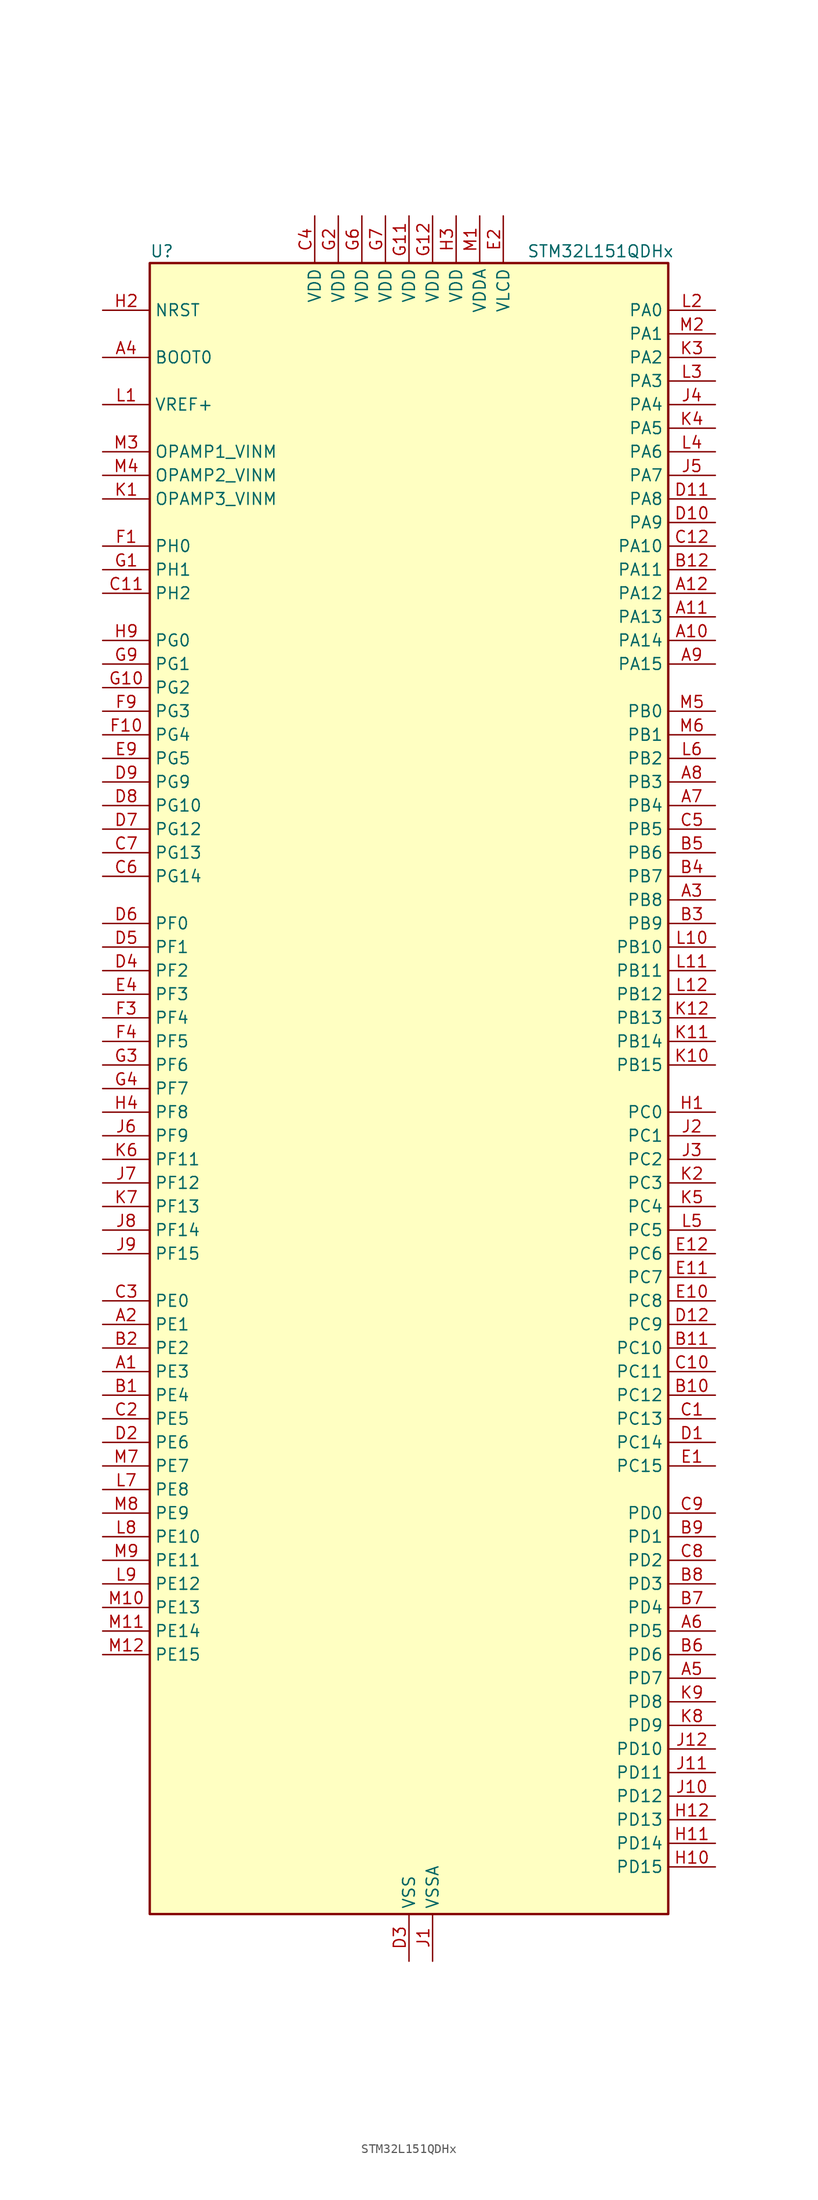
<source format=kicad_sym>
(kicad_symbol_lib
  (version 20241209)
  (generator "kicad_symbol_editor")
  (generator_version "9.0")
  (symbol "STM32L151QDHx"
    (property "Reference" "U"
      (at -27.94 90.17 0)
      (effects (font (size 1.27 1.27)) (justify left)))
    (property "Value" "STM32L151QDHx"
      (at 12.7 90.17 0)
      (effects (font (size 1.27 1.27)) (justify left)))
    (symbol "STM32L151QDHx_0_1"
      (rectangle (start -27.94 -88.9) (end 27.94 88.9) (stroke (width 0.254) (type default)) (fill (type background))))
    (symbol "STM32L151QDHx_1_1"
      (pin input line (at -33.02 83.82 0) (length 5.08) (name "NRST" (effects (font (size 1.27 1.27)))) (number "H2" (effects (font (size 1.27 1.27)))))
      (pin input line (at -33.02 78.74 0) (length 5.08) (name "BOOT0" (effects (font (size 1.27 1.27)))) (number "A4" (effects (font (size 1.27 1.27)))))
      (pin input line (at -33.02 73.66 0) (length 5.08) (name "VREF+" (effects (font (size 1.27 1.27)))) (number "L1" (effects (font (size 1.27 1.27)))))
      (pin input line (at -33.02 68.58 0) (length 5.08) (name "OPAMP1_VINM" (effects (font (size 1.27 1.27)))) (number "M3" (effects (font (size 1.27 1.27)))) (alternate "OPAMP1_VINM" bidirectional line))
      (pin input line (at -33.02 66.04 0) (length 5.08) (name "OPAMP2_VINM" (effects (font (size 1.27 1.27)))) (number "M4" (effects (font (size 1.27 1.27)))) (alternate "OPAMP2_VINM" bidirectional line))
      (pin input line (at -33.02 63.5 0) (length 5.08) (name "OPAMP3_VINM" (effects (font (size 1.27 1.27)))) (number "K1" (effects (font (size 1.27 1.27)))) (alternate "OPAMP3_VINM" bidirectional line))
      (pin bidirectional line (at -33.02 58.42 0) (length 5.08) (name "PH0" (effects (font (size 1.27 1.27)))) (number "F1" (effects (font (size 1.27 1.27)))) (alternate "RCC_OSC_IN" bidirectional line))
      (pin bidirectional line (at -33.02 55.88 0) (length 5.08) (name "PH1" (effects (font (size 1.27 1.27)))) (number "G1" (effects (font (size 1.27 1.27)))) (alternate "RCC_OSC_OUT" bidirectional line))
      (pin bidirectional line (at -33.02 53.34 0) (length 5.08) (name "PH2" (effects (font (size 1.27 1.27)))) (number "C11" (effects (font (size 1.27 1.27)))) (alternate "FSMC_A22" bidirectional line))
      (pin bidirectional line (at -33.02 48.26 0) (length 5.08) (name "PG0" (effects (font (size 1.27 1.27)))) (number "H9" (effects (font (size 1.27 1.27)))) (alternate "ADC_IN8b" bidirectional line) (alternate "FSMC_A10" bidirectional line) (alternate "TS_G2_IO4" bidirectional line))
      (pin bidirectional line (at -33.02 45.72 0) (length 5.08) (name "PG1" (effects (font (size 1.27 1.27)))) (number "G9" (effects (font (size 1.27 1.27)))) (alternate "ADC_IN9b" bidirectional line) (alternate "FSMC_A11" bidirectional line) (alternate "TS_G2_IO5" bidirectional line))
      (pin bidirectional line (at -33.02 43.18 0) (length 5.08) (name "PG2" (effects (font (size 1.27 1.27)))) (number "G10" (effects (font (size 1.27 1.27)))) (alternate "ADC_IN10b" bidirectional line) (alternate "FSMC_A12" bidirectional line) (alternate "TS_G7_IO5" bidirectional line))
      (pin bidirectional line (at -33.02 40.64 0) (length 5.08) (name "PG3" (effects (font (size 1.27 1.27)))) (number "F9" (effects (font (size 1.27 1.27)))) (alternate "ADC_IN11b" bidirectional line) (alternate "FSMC_A13" bidirectional line) (alternate "TS_G7_IO6" bidirectional line))
      (pin bidirectional line (at -33.02 38.1 0) (length 5.08) (name "PG4" (effects (font (size 1.27 1.27)))) (number "F10" (effects (font (size 1.27 1.27)))) (alternate "ADC_IN12b" bidirectional line) (alternate "FSMC_A14" bidirectional line) (alternate "TS_G7_IO7" bidirectional line))
      (pin bidirectional line (at -33.02 35.56 0) (length 5.08) (name "PG5" (effects (font (size 1.27 1.27)))) (number "E9" (effects (font (size 1.27 1.27)))) (alternate "FSMC_A15" bidirectional line))
      (pin bidirectional line (at -33.02 33.02 0) (length 5.08) (name "PG9" (effects (font (size 1.27 1.27)))) (number "D9" (effects (font (size 1.27 1.27)))) (alternate "DAC_EXTI9" bidirectional line) (alternate "FSMC_NE2" bidirectional line))
      (pin bidirectional line (at -33.02 30.48 0) (length 5.08) (name "PG10" (effects (font (size 1.27 1.27)))) (number "D8" (effects (font (size 1.27 1.27)))) (alternate "FSMC_NE3" bidirectional line))
      (pin bidirectional line (at -33.02 27.94 0) (length 5.08) (name "PG12" (effects (font (size 1.27 1.27)))) (number "D7" (effects (font (size 1.27 1.27)))) (alternate "FSMC_NE4" bidirectional line))
      (pin bidirectional line (at -33.02 25.4 0) (length 5.08) (name "PG13" (effects (font (size 1.27 1.27)))) (number "C7" (effects (font (size 1.27 1.27)))) (alternate "FSMC_A24" bidirectional line))
      (pin bidirectional line (at -33.02 22.86 0) (length 5.08) (name "PG14" (effects (font (size 1.27 1.27)))) (number "C6" (effects (font (size 1.27 1.27)))) (alternate "FSMC_A25" bidirectional line))
      (pin bidirectional line (at -33.02 17.78 0) (length 5.08) (name "PF0" (effects (font (size 1.27 1.27)))) (number "D6" (effects (font (size 1.27 1.27)))) (alternate "FSMC_A0" bidirectional line))
      (pin bidirectional line (at -33.02 15.24 0) (length 5.08) (name "PF1" (effects (font (size 1.27 1.27)))) (number "D5" (effects (font (size 1.27 1.27)))) (alternate "FSMC_A1" bidirectional line))
      (pin bidirectional line (at -33.02 12.7 0) (length 5.08) (name "PF2" (effects (font (size 1.27 1.27)))) (number "D4" (effects (font (size 1.27 1.27)))) (alternate "FSMC_A2" bidirectional line))
      (pin bidirectional line (at -33.02 10.16 0) (length 5.08) (name "PF3" (effects (font (size 1.27 1.27)))) (number "E4" (effects (font (size 1.27 1.27)))) (alternate "FSMC_A3" bidirectional line))
      (pin bidirectional line (at -33.02 7.62 0) (length 5.08) (name "PF4" (effects (font (size 1.27 1.27)))) (number "F3" (effects (font (size 1.27 1.27)))) (alternate "FSMC_A4" bidirectional line))
      (pin bidirectional line (at -33.02 5.08 0) (length 5.08) (name "PF5" (effects (font (size 1.27 1.27)))) (number "F4" (effects (font (size 1.27 1.27)))) (alternate "FSMC_A5" bidirectional line))
      (pin bidirectional line (at -33.02 2.54 0) (length 5.08) (name "PF6" (effects (font (size 1.27 1.27)))) (number "G3" (effects (font (size 1.27 1.27)))) (alternate "ADC_IN27" bidirectional line) (alternate "TIM5_CH1" bidirectional line) (alternate "TIM5_ETR" bidirectional line) (alternate "TS_G11_IO1" bidirectional line))
      (pin bidirectional line (at -33.02 0 0) (length 5.08) (name "PF7" (effects (font (size 1.27 1.27)))) (number "G4" (effects (font (size 1.27 1.27)))) (alternate "ADC_IN28" bidirectional line) (alternate "COMP1_INP" bidirectional line) (alternate "TIM5_CH2" bidirectional line) (alternate "TS_G11_IO2" bidirectional line))
      (pin bidirectional line (at -33.02 -2.54 0) (length 5.08) (name "PF8" (effects (font (size 1.27 1.27)))) (number "H4" (effects (font (size 1.27 1.27)))) (alternate "ADC_IN29" bidirectional line) (alternate "COMP1_INP" bidirectional line) (alternate "TIM5_CH3" bidirectional line) (alternate "TS_G11_IO3" bidirectional line))
      (pin bidirectional line (at -33.02 -5.08 0) (length 5.08) (name "PF9" (effects (font (size 1.27 1.27)))) (number "J6" (effects (font (size 1.27 1.27)))) (alternate "ADC_IN30" bidirectional line) (alternate "COMP1_INP" bidirectional line) (alternate "DAC_EXTI9" bidirectional line) (alternate "TIM5_CH4" bidirectional line) (alternate "TS_G11_IO4" bidirectional line))
      (pin bidirectional line (at -33.02 -7.62 0) (length 5.08) (name "PF11" (effects (font (size 1.27 1.27)))) (number "K6" (effects (font (size 1.27 1.27)))) (alternate "ADC_EXTI11" bidirectional line) (alternate "ADC_IN1b" bidirectional line) (alternate "TS_G3_IO4" bidirectional line))
      (pin bidirectional line (at -33.02 -10.16 0) (length 5.08) (name "PF12" (effects (font (size 1.27 1.27)))) (number "J7" (effects (font (size 1.27 1.27)))) (alternate "ADC_IN2b" bidirectional line) (alternate "FSMC_A6" bidirectional line) (alternate "TS_G3_IO5" bidirectional line))
      (pin bidirectional line (at -33.02 -12.7 0) (length 5.08) (name "PF13" (effects (font (size 1.27 1.27)))) (number "K7" (effects (font (size 1.27 1.27)))) (alternate "ADC_IN3b" bidirectional line) (alternate "FSMC_A7" bidirectional line) (alternate "TS_G9_IO3" bidirectional line))
      (pin bidirectional line (at -33.02 -15.24 0) (length 5.08) (name "PF14" (effects (font (size 1.27 1.27)))) (number "J8" (effects (font (size 1.27 1.27)))) (alternate "ADC_IN6b" bidirectional line) (alternate "FSMC_A8" bidirectional line) (alternate "TS_G9_IO4" bidirectional line))
      (pin bidirectional line (at -33.02 -17.78 0) (length 5.08) (name "PF15" (effects (font (size 1.27 1.27)))) (number "J9" (effects (font (size 1.27 1.27)))) (alternate "ADC_EXTI15" bidirectional line) (alternate "ADC_IN7b" bidirectional line) (alternate "FSMC_A9" bidirectional line) (alternate "TS_G2_IO3" bidirectional line))
      (pin bidirectional line (at -33.02 -22.86 0) (length 5.08) (name "PE0" (effects (font (size 1.27 1.27)))) (number "C3" (effects (font (size 1.27 1.27)))) (alternate "FSMC_NBL0" bidirectional line) (alternate "TIM10_CH1" bidirectional line) (alternate "TIM4_ETR" bidirectional line) (alternate "TIMX_IC1" bidirectional line))
      (pin bidirectional line (at -33.02 -25.4 0) (length 5.08) (name "PE1" (effects (font (size 1.27 1.27)))) (number "A2" (effects (font (size 1.27 1.27)))) (alternate "FSMC_NBL1" bidirectional line) (alternate "TIM11_CH1" bidirectional line) (alternate "TIMX_IC2" bidirectional line))
      (pin bidirectional line (at -33.02 -27.94 0) (length 5.08) (name "PE2" (effects (font (size 1.27 1.27)))) (number "B2" (effects (font (size 1.27 1.27)))) (alternate "FSMC_A23" bidirectional line) (alternate "SYS_TRACECK" bidirectional line) (alternate "TIM3_ETR" bidirectional line) (alternate "TIMX_IC3" bidirectional line))
      (pin bidirectional line (at -33.02 -30.48 0) (length 5.08) (name "PE3" (effects (font (size 1.27 1.27)))) (number "A1" (effects (font (size 1.27 1.27)))) (alternate "FSMC_A19" bidirectional line) (alternate "SYS_TRACED0" bidirectional line) (alternate "TIM3_CH1" bidirectional line) (alternate "TIMX_IC4" bidirectional line))
      (pin bidirectional line (at -33.02 -33.02 0) (length 5.08) (name "PE4" (effects (font (size 1.27 1.27)))) (number "B1" (effects (font (size 1.27 1.27)))) (alternate "FSMC_A20" bidirectional line) (alternate "SYS_TRACED1" bidirectional line) (alternate "TIM3_CH2" bidirectional line) (alternate "TIMX_IC1" bidirectional line))
      (pin bidirectional line (at -33.02 -35.56 0) (length 5.08) (name "PE5" (effects (font (size 1.27 1.27)))) (number "C2" (effects (font (size 1.27 1.27)))) (alternate "FSMC_A21" bidirectional line) (alternate "SYS_TRACED2" bidirectional line) (alternate "TIM9_CH1" bidirectional line) (alternate "TIMX_IC2" bidirectional line))
      (pin bidirectional line (at -33.02 -38.1 0) (length 5.08) (name "PE6" (effects (font (size 1.27 1.27)))) (number "D2" (effects (font (size 1.27 1.27)))) (alternate "RTC_TAMP3" bidirectional line) (alternate "SYS_TRACED3" bidirectional line) (alternate "SYS_WKUP3" bidirectional line) (alternate "TIM9_CH2" bidirectional line) (alternate "TIMX_IC3" bidirectional line))
      (pin bidirectional line (at -33.02 -40.64 0) (length 5.08) (name "PE7" (effects (font (size 1.27 1.27)))) (number "M7" (effects (font (size 1.27 1.27)))) (alternate "ADC_IN22" bidirectional line) (alternate "COMP1_INP" bidirectional line) (alternate "FSMC_D4" bidirectional line) (alternate "FSMC_DA4" bidirectional line) (alternate "TIMX_IC4" bidirectional line))
      (pin bidirectional line (at -33.02 -43.18 0) (length 5.08) (name "PE8" (effects (font (size 1.27 1.27)))) (number "L7" (effects (font (size 1.27 1.27)))) (alternate "ADC_IN23" bidirectional line) (alternate "COMP1_INP" bidirectional line) (alternate "FSMC_D5" bidirectional line) (alternate "FSMC_DA5" bidirectional line) (alternate "TIMX_IC1" bidirectional line))
      (pin bidirectional line (at -33.02 -45.72 0) (length 5.08) (name "PE9" (effects (font (size 1.27 1.27)))) (number "M8" (effects (font (size 1.27 1.27)))) (alternate "ADC_IN24" bidirectional line) (alternate "COMP1_INP" bidirectional line) (alternate "DAC_EXTI9" bidirectional line) (alternate "FSMC_D6" bidirectional line) (alternate "FSMC_DA6" bidirectional line) (alternate "TIM2_CH1" bidirectional line) (alternate "TIM2_ETR" bidirectional line) (alternate "TIMX_IC2" bidirectional line))
      (pin bidirectional line (at -33.02 -48.26 0) (length 5.08) (name "PE10" (effects (font (size 1.27 1.27)))) (number "L8" (effects (font (size 1.27 1.27)))) (alternate "ADC_IN25" bidirectional line) (alternate "COMP1_INP" bidirectional line) (alternate "FSMC_D7" bidirectional line) (alternate "FSMC_DA7" bidirectional line) (alternate "TIM2_CH2" bidirectional line) (alternate "TIMX_IC3" bidirectional line))
      (pin bidirectional line (at -33.02 -50.8 0) (length 5.08) (name "PE11" (effects (font (size 1.27 1.27)))) (number "M9" (effects (font (size 1.27 1.27)))) (alternate "ADC_EXTI11" bidirectional line) (alternate "FSMC_D8" bidirectional line) (alternate "FSMC_DA8" bidirectional line) (alternate "TIM2_CH3" bidirectional line) (alternate "TIMX_IC4" bidirectional line))
      (pin bidirectional line (at -33.02 -53.34 0) (length 5.08) (name "PE12" (effects (font (size 1.27 1.27)))) (number "L9" (effects (font (size 1.27 1.27)))) (alternate "FSMC_D9" bidirectional line) (alternate "FSMC_DA9" bidirectional line) (alternate "SPI1_NSS" bidirectional line) (alternate "TIM2_CH4" bidirectional line) (alternate "TIMX_IC1" bidirectional line))
      (pin bidirectional line (at -33.02 -55.88 0) (length 5.08) (name "PE13" (effects (font (size 1.27 1.27)))) (number "M10" (effects (font (size 1.27 1.27)))) (alternate "FSMC_D10" bidirectional line) (alternate "FSMC_DA10" bidirectional line) (alternate "SPI1_SCK" bidirectional line) (alternate "TIMX_IC2" bidirectional line))
      (pin bidirectional line (at -33.02 -58.42 0) (length 5.08) (name "PE14" (effects (font (size 1.27 1.27)))) (number "M11" (effects (font (size 1.27 1.27)))) (alternate "FSMC_D11" bidirectional line) (alternate "FSMC_DA11" bidirectional line) (alternate "SPI1_MISO" bidirectional line) (alternate "TIMX_IC3" bidirectional line))
      (pin bidirectional line (at -33.02 -60.96 0) (length 5.08) (name "PE15" (effects (font (size 1.27 1.27)))) (number "M12" (effects (font (size 1.27 1.27)))) (alternate "ADC_EXTI15" bidirectional line) (alternate "FSMC_D12" bidirectional line) (alternate "FSMC_DA12" bidirectional line) (alternate "SPI1_MOSI" bidirectional line) (alternate "TIMX_IC4" bidirectional line))
      (pin power_in line (at -10.16 93.98 270) (length 5.08) (name "VDD" (effects (font (size 1.27 1.27)))) (number "C4" (effects (font (size 1.27 1.27)))))
      (pin power_in line (at -7.62 93.98 270) (length 5.08) (name "VDD" (effects (font (size 1.27 1.27)))) (number "G2" (effects (font (size 1.27 1.27)))))
      (pin power_in line (at -5.08 93.98 270) (length 5.08) (name "VDD" (effects (font (size 1.27 1.27)))) (number "G6" (effects (font (size 1.27 1.27)))))
      (pin power_in line (at -2.54 93.98 270) (length 5.08) (name "VDD" (effects (font (size 1.27 1.27)))) (number "G7" (effects (font (size 1.27 1.27)))))
      (pin power_in line (at 0 93.98 270) (length 5.08) (name "VDD" (effects (font (size 1.27 1.27)))) (number "G11" (effects (font (size 1.27 1.27)))))
      (pin power_in line (at 0 -93.98 90) (length 5.08) (name "VSS" (effects (font (size 1.27 1.27)))) (number "D3" (effects (font (size 1.27 1.27)))))
      (pin passive line (at 0 -93.98 90) (length 5.08) (hide yes) (name "VSS" (effects (font (size 1.27 1.27)))) (number "E3" (effects (font (size 1.27 1.27)))))
      (pin passive line (at 0 -93.98 90) (length 5.08) (hide yes) (name "VSS" (effects (font (size 1.27 1.27)))) (number "F11" (effects (font (size 1.27 1.27)))))
      (pin passive line (at 0 -93.98 90) (length 5.08) (hide yes) (name "VSS" (effects (font (size 1.27 1.27)))) (number "F12" (effects (font (size 1.27 1.27)))))
      (pin passive line (at 0 -93.98 90) (length 5.08) (hide yes) (name "VSS" (effects (font (size 1.27 1.27)))) (number "F2" (effects (font (size 1.27 1.27)))))
      (pin passive line (at 0 -93.98 90) (length 5.08) (hide yes) (name "VSS" (effects (font (size 1.27 1.27)))) (number "F6" (effects (font (size 1.27 1.27)))))
      (pin passive line (at 0 -93.98 90) (length 5.08) (hide yes) (name "VSS" (effects (font (size 1.27 1.27)))) (number "F7" (effects (font (size 1.27 1.27)))))
      (pin power_in line (at 2.54 93.98 270) (length 5.08) (name "VDD" (effects (font (size 1.27 1.27)))) (number "G12" (effects (font (size 1.27 1.27)))))
      (pin power_in line (at 2.54 -93.98 90) (length 5.08) (name "VSSA" (effects (font (size 1.27 1.27)))) (number "J1" (effects (font (size 1.27 1.27)))))
      (pin power_in line (at 5.08 93.98 270) (length 5.08) (name "VDD" (effects (font (size 1.27 1.27)))) (number "H3" (effects (font (size 1.27 1.27)))))
      (pin power_in line (at 7.62 93.98 270) (length 5.08) (name "VDDA" (effects (font (size 1.27 1.27)))) (number "M1" (effects (font (size 1.27 1.27)))))
      (pin power_in line (at 10.16 93.98 270) (length 5.08) (name "VLCD" (effects (font (size 1.27 1.27)))) (number "E2" (effects (font (size 1.27 1.27)))))
      (pin bidirectional line (at 33.02 83.82 180) (length 5.08) (name "PA0" (effects (font (size 1.27 1.27)))) (number "L2" (effects (font (size 1.27 1.27)))) (alternate "ADC_IN0" bidirectional line) (alternate "COMP1_INP" bidirectional line) (alternate "RTC_TAMP2" bidirectional line) (alternate "SYS_WKUP1" bidirectional line) (alternate "TIM2_CH1" bidirectional line) (alternate "TIM2_ETR" bidirectional line) (alternate "TIM5_CH1" bidirectional line) (alternate "TIMX_IC1" bidirectional line) (alternate "TS_G1_IO1" bidirectional line) (alternate "USART2_CTS" bidirectional line))
      (pin bidirectional line (at 33.02 81.28 180) (length 5.08) (name "PA1" (effects (font (size 1.27 1.27)))) (number "M2" (effects (font (size 1.27 1.27)))) (alternate "ADC_IN1" bidirectional line) (alternate "COMP1_INP" bidirectional line) (alternate "OPAMP1_VINP" bidirectional line) (alternate "TIM2_CH2" bidirectional line) (alternate "TIM5_CH2" bidirectional line) (alternate "TIMX_IC2" bidirectional line) (alternate "TS_G1_IO2" bidirectional line) (alternate "USART2_RTS" bidirectional line))
      (pin bidirectional line (at 33.02 78.74 180) (length 5.08) (name "PA2" (effects (font (size 1.27 1.27)))) (number "K3" (effects (font (size 1.27 1.27)))) (alternate "ADC_IN2" bidirectional line) (alternate "COMP1_INP" bidirectional line) (alternate "TIM2_CH3" bidirectional line) (alternate "TIM5_CH3" bidirectional line) (alternate "TIM9_CH1" bidirectional line) (alternate "TIMX_IC3" bidirectional line) (alternate "TS_G1_IO3" bidirectional line) (alternate "USART2_TX" bidirectional line))
      (pin bidirectional line (at 33.02 76.2 180) (length 5.08) (name "PA3" (effects (font (size 1.27 1.27)))) (number "L3" (effects (font (size 1.27 1.27)))) (alternate "ADC_IN3" bidirectional line) (alternate "COMP1_INP" bidirectional line) (alternate "OPAMP1_VOUT" bidirectional line) (alternate "TIM2_CH4" bidirectional line) (alternate "TIM5_CH4" bidirectional line) (alternate "TIM9_CH2" bidirectional line) (alternate "TIMX_IC4" bidirectional line) (alternate "TS_G1_IO4" bidirectional line) (alternate "USART2_RX" bidirectional line))
      (pin bidirectional line (at 33.02 73.66 180) (length 5.08) (name "PA4" (effects (font (size 1.27 1.27)))) (number "J4" (effects (font (size 1.27 1.27)))) (alternate "ADC_IN4" bidirectional line) (alternate "COMP1_INP" bidirectional line) (alternate "DAC_OUT1" bidirectional line) (alternate "I2S3_WS" bidirectional line) (alternate "SPI1_NSS" bidirectional line) (alternate "SPI3_NSS" bidirectional line) (alternate "TIMX_IC1" bidirectional line) (alternate "USART2_CK" bidirectional line))
      (pin bidirectional line (at 33.02 71.12 180) (length 5.08) (name "PA5" (effects (font (size 1.27 1.27)))) (number "K4" (effects (font (size 1.27 1.27)))) (alternate "ADC_IN5" bidirectional line) (alternate "COMP1_INP" bidirectional line) (alternate "DAC_OUT2" bidirectional line) (alternate "SPI1_SCK" bidirectional line) (alternate "TIM2_CH1" bidirectional line) (alternate "TIM2_ETR" bidirectional line) (alternate "TIMX_IC2" bidirectional line))
      (pin bidirectional line (at 33.02 68.58 180) (length 5.08) (name "PA6" (effects (font (size 1.27 1.27)))) (number "L4" (effects (font (size 1.27 1.27)))) (alternate "ADC_IN6" bidirectional line) (alternate "COMP1_INP" bidirectional line) (alternate "OPAMP2_VINP" bidirectional line) (alternate "SPI1_MISO" bidirectional line) (alternate "TIM10_CH1" bidirectional line) (alternate "TIM3_CH1" bidirectional line) (alternate "TIMX_IC3" bidirectional line) (alternate "TS_G2_IO1" bidirectional line))
      (pin bidirectional line (at 33.02 66.04 180) (length 5.08) (name "PA7" (effects (font (size 1.27 1.27)))) (number "J5" (effects (font (size 1.27 1.27)))) (alternate "ADC_IN7" bidirectional line) (alternate "COMP1_INP" bidirectional line) (alternate "SPI1_MOSI" bidirectional line) (alternate "TIM11_CH1" bidirectional line) (alternate "TIM3_CH2" bidirectional line) (alternate "TIMX_IC4" bidirectional line) (alternate "TS_G2_IO2" bidirectional line))
      (pin bidirectional line (at 33.02 63.5 180) (length 5.08) (name "PA8" (effects (font (size 1.27 1.27)))) (number "D11" (effects (font (size 1.27 1.27)))) (alternate "RCC_MCO" bidirectional line) (alternate "TIMX_IC1" bidirectional line) (alternate "TS_G4_IO1" bidirectional line) (alternate "USART1_CK" bidirectional line))
      (pin bidirectional line (at 33.02 60.96 180) (length 5.08) (name "PA9" (effects (font (size 1.27 1.27)))) (number "D10" (effects (font (size 1.27 1.27)))) (alternate "DAC_EXTI9" bidirectional line) (alternate "TIMX_IC2" bidirectional line) (alternate "TS_G4_IO2" bidirectional line) (alternate "USART1_TX" bidirectional line))
      (pin bidirectional line (at 33.02 58.42 180) (length 5.08) (name "PA10" (effects (font (size 1.27 1.27)))) (number "C12" (effects (font (size 1.27 1.27)))) (alternate "TIMX_IC3" bidirectional line) (alternate "TS_G4_IO3" bidirectional line) (alternate "USART1_RX" bidirectional line))
      (pin bidirectional line (at 33.02 55.88 180) (length 5.08) (name "PA11" (effects (font (size 1.27 1.27)))) (number "B12" (effects (font (size 1.27 1.27)))) (alternate "ADC_EXTI11" bidirectional line) (alternate "SPI1_MISO" bidirectional line) (alternate "TIMX_IC4" bidirectional line) (alternate "USART1_CTS" bidirectional line) (alternate "USB_DM" bidirectional line))
      (pin bidirectional line (at 33.02 53.34 180) (length 5.08) (name "PA12" (effects (font (size 1.27 1.27)))) (number "A12" (effects (font (size 1.27 1.27)))) (alternate "SPI1_MOSI" bidirectional line) (alternate "TIMX_IC1" bidirectional line) (alternate "USART1_RTS" bidirectional line) (alternate "USB_DP" bidirectional line))
      (pin bidirectional line (at 33.02 50.8 180) (length 5.08) (name "PA13" (effects (font (size 1.27 1.27)))) (number "A11" (effects (font (size 1.27 1.27)))) (alternate "SYS_JTMS-SWDIO" bidirectional line) (alternate "TIMX_IC2" bidirectional line) (alternate "TS_G5_IO1" bidirectional line))
      (pin bidirectional line (at 33.02 48.26 180) (length 5.08) (name "PA14" (effects (font (size 1.27 1.27)))) (number "A10" (effects (font (size 1.27 1.27)))) (alternate "SYS_JTCK-SWCLK" bidirectional line) (alternate "TIMX_IC3" bidirectional line) (alternate "TS_G5_IO2" bidirectional line))
      (pin bidirectional line (at 33.02 45.72 180) (length 5.08) (name "PA15" (effects (font (size 1.27 1.27)))) (number "A9" (effects (font (size 1.27 1.27)))) (alternate "ADC_EXTI15" bidirectional line) (alternate "I2S3_WS" bidirectional line) (alternate "SPI1_NSS" bidirectional line) (alternate "SPI3_NSS" bidirectional line) (alternate "SYS_JTDI" bidirectional line) (alternate "TIM2_CH1" bidirectional line) (alternate "TIM2_ETR" bidirectional line) (alternate "TIMX_IC4" bidirectional line) (alternate "TS_G5_IO3" bidirectional line))
      (pin bidirectional line (at 33.02 40.64 180) (length 5.08) (name "PB0" (effects (font (size 1.27 1.27)))) (number "M5" (effects (font (size 1.27 1.27)))) (alternate "ADC_IN8" bidirectional line) (alternate "COMP1_INP" bidirectional line) (alternate "OPAMP2_VOUT" bidirectional line) (alternate "SYS_V_REF_OUT" bidirectional line) (alternate "TIM3_CH3" bidirectional line) (alternate "TS_G3_IO1" bidirectional line))
      (pin bidirectional line (at 33.02 38.1 180) (length 5.08) (name "PB1" (effects (font (size 1.27 1.27)))) (number "M6" (effects (font (size 1.27 1.27)))) (alternate "ADC_IN9" bidirectional line) (alternate "COMP1_INP" bidirectional line) (alternate "SYS_V_REF_OUT" bidirectional line) (alternate "TIM3_CH4" bidirectional line) (alternate "TS_G3_IO2" bidirectional line))
      (pin bidirectional line (at 33.02 35.56 180) (length 5.08) (name "PB2" (effects (font (size 1.27 1.27)))) (number "L6" (effects (font (size 1.27 1.27)))) (alternate "ADC_IN0b" bidirectional line) (alternate "TS_G3_IO3" bidirectional line))
      (pin bidirectional line (at 33.02 33.02 180) (length 5.08) (name "PB3" (effects (font (size 1.27 1.27)))) (number "A8" (effects (font (size 1.27 1.27)))) (alternate "COMP2_INM" bidirectional line) (alternate "I2S3_CK" bidirectional line) (alternate "SPI1_SCK" bidirectional line) (alternate "SPI3_SCK" bidirectional line) (alternate "SYS_JTDO-TRACESWO" bidirectional line) (alternate "TIM2_CH2" bidirectional line))
      (pin bidirectional line (at 33.02 30.48 180) (length 5.08) (name "PB4" (effects (font (size 1.27 1.27)))) (number "A7" (effects (font (size 1.27 1.27)))) (alternate "COMP2_INP" bidirectional line) (alternate "SPI1_MISO" bidirectional line) (alternate "SPI3_MISO" bidirectional line) (alternate "SYS_JTRST" bidirectional line) (alternate "TIM3_CH1" bidirectional line) (alternate "TS_G6_IO1" bidirectional line))
      (pin bidirectional line (at 33.02 27.94 180) (length 5.08) (name "PB5" (effects (font (size 1.27 1.27)))) (number "C5" (effects (font (size 1.27 1.27)))) (alternate "COMP2_INP" bidirectional line) (alternate "I2C1_SMBA" bidirectional line) (alternate "I2S3_SD" bidirectional line) (alternate "SPI1_MOSI" bidirectional line) (alternate "SPI3_MOSI" bidirectional line) (alternate "TIM3_CH2" bidirectional line) (alternate "TS_G6_IO2" bidirectional line))
      (pin bidirectional line (at 33.02 25.4 180) (length 5.08) (name "PB6" (effects (font (size 1.27 1.27)))) (number "B5" (effects (font (size 1.27 1.27)))) (alternate "COMP2_INP" bidirectional line) (alternate "I2C1_SCL" bidirectional line) (alternate "TIM4_CH1" bidirectional line) (alternate "TS_G6_IO3" bidirectional line) (alternate "USART1_TX" bidirectional line))
      (pin bidirectional line (at 33.02 22.86 180) (length 5.08) (name "PB7" (effects (font (size 1.27 1.27)))) (number "B4" (effects (font (size 1.27 1.27)))) (alternate "COMP2_INP" bidirectional line) (alternate "FSMC_NL" bidirectional line) (alternate "I2C1_SDA" bidirectional line) (alternate "SYS_PVD_IN" bidirectional line) (alternate "TIM4_CH2" bidirectional line) (alternate "TS_G6_IO4" bidirectional line) (alternate "USART1_RX" bidirectional line))
      (pin bidirectional line (at 33.02 20.32 180) (length 5.08) (name "PB8" (effects (font (size 1.27 1.27)))) (number "A3" (effects (font (size 1.27 1.27)))) (alternate "I2C1_SCL" bidirectional line) (alternate "SDIO_D4" bidirectional line) (alternate "TIM10_CH1" bidirectional line) (alternate "TIM4_CH3" bidirectional line))
      (pin bidirectional line (at 33.02 17.78 180) (length 5.08) (name "PB9" (effects (font (size 1.27 1.27)))) (number "B3" (effects (font (size 1.27 1.27)))) (alternate "DAC_EXTI9" bidirectional line) (alternate "I2C1_SDA" bidirectional line) (alternate "SDIO_D5" bidirectional line) (alternate "TIM11_CH1" bidirectional line) (alternate "TIM4_CH4" bidirectional line))
      (pin bidirectional line (at 33.02 15.24 180) (length 5.08) (name "PB10" (effects (font (size 1.27 1.27)))) (number "L10" (effects (font (size 1.27 1.27)))) (alternate "I2C2_SCL" bidirectional line) (alternate "TIM2_CH3" bidirectional line) (alternate "USART3_TX" bidirectional line))
      (pin bidirectional line (at 33.02 12.7 180) (length 5.08) (name "PB11" (effects (font (size 1.27 1.27)))) (number "L11" (effects (font (size 1.27 1.27)))) (alternate "ADC_EXTI11" bidirectional line) (alternate "I2C2_SDA" bidirectional line) (alternate "TIM2_CH4" bidirectional line) (alternate "USART3_RX" bidirectional line))
      (pin bidirectional line (at 33.02 10.16 180) (length 5.08) (name "PB12" (effects (font (size 1.27 1.27)))) (number "L12" (effects (font (size 1.27 1.27)))) (alternate "ADC_IN18" bidirectional line) (alternate "COMP1_INP" bidirectional line) (alternate "I2C2_SMBA" bidirectional line) (alternate "I2S2_WS" bidirectional line) (alternate "SPI2_NSS" bidirectional line) (alternate "TIM10_CH1" bidirectional line) (alternate "TS_G7_IO1" bidirectional line) (alternate "USART3_CK" bidirectional line))
      (pin bidirectional line (at 33.02 7.62 180) (length 5.08) (name "PB13" (effects (font (size 1.27 1.27)))) (number "K12" (effects (font (size 1.27 1.27)))) (alternate "ADC_IN19" bidirectional line) (alternate "COMP1_INP" bidirectional line) (alternate "I2S2_CK" bidirectional line) (alternate "SPI2_SCK" bidirectional line) (alternate "TIM9_CH1" bidirectional line) (alternate "TS_G7_IO2" bidirectional line) (alternate "USART3_CTS" bidirectional line))
      (pin bidirectional line (at 33.02 5.08 180) (length 5.08) (name "PB14" (effects (font (size 1.27 1.27)))) (number "K11" (effects (font (size 1.27 1.27)))) (alternate "ADC_IN20" bidirectional line) (alternate "COMP1_INP" bidirectional line) (alternate "SPI2_MISO" bidirectional line) (alternate "TIM9_CH2" bidirectional line) (alternate "TS_G7_IO3" bidirectional line) (alternate "USART3_RTS" bidirectional line))
      (pin bidirectional line (at 33.02 2.54 180) (length 5.08) (name "PB15" (effects (font (size 1.27 1.27)))) (number "K10" (effects (font (size 1.27 1.27)))) (alternate "ADC_EXTI15" bidirectional line) (alternate "ADC_IN21" bidirectional line) (alternate "COMP1_INP" bidirectional line) (alternate "I2S2_SD" bidirectional line) (alternate "RTC_REFIN" bidirectional line) (alternate "SPI2_MOSI" bidirectional line) (alternate "TIM11_CH1" bidirectional line) (alternate "TS_G7_IO4" bidirectional line))
      (pin bidirectional line (at 33.02 -2.54 180) (length 5.08) (name "PC0" (effects (font (size 1.27 1.27)))) (number "H1" (effects (font (size 1.27 1.27)))) (alternate "ADC_IN10" bidirectional line) (alternate "COMP1_INP" bidirectional line) (alternate "TIMX_IC1" bidirectional line) (alternate "TS_G8_IO1" bidirectional line))
      (pin bidirectional line (at 33.02 -5.08 180) (length 5.08) (name "PC1" (effects (font (size 1.27 1.27)))) (number "J2" (effects (font (size 1.27 1.27)))) (alternate "ADC_IN11" bidirectional line) (alternate "COMP1_INP" bidirectional line) (alternate "OPAMP3_VINP" bidirectional line) (alternate "TIMX_IC2" bidirectional line) (alternate "TS_G8_IO2" bidirectional line))
      (pin bidirectional line (at 33.02 -7.62 180) (length 5.08) (name "PC2" (effects (font (size 1.27 1.27)))) (number "J3" (effects (font (size 1.27 1.27)))) (alternate "ADC_IN12" bidirectional line) (alternate "COMP1_INP" bidirectional line) (alternate "TIMX_IC3" bidirectional line) (alternate "TS_G8_IO3" bidirectional line))
      (pin bidirectional line (at 33.02 -10.16 180) (length 5.08) (name "PC3" (effects (font (size 1.27 1.27)))) (number "K2" (effects (font (size 1.27 1.27)))) (alternate "ADC_IN13" bidirectional line) (alternate "COMP1_INP" bidirectional line) (alternate "OPAMP3_VOUT" bidirectional line) (alternate "TIMX_IC4" bidirectional line) (alternate "TS_G8_IO4" bidirectional line))
      (pin bidirectional line (at 33.02 -12.7 180) (length 5.08) (name "PC4" (effects (font (size 1.27 1.27)))) (number "K5" (effects (font (size 1.27 1.27)))) (alternate "ADC_IN14" bidirectional line) (alternate "COMP1_INP" bidirectional line) (alternate "TIMX_IC1" bidirectional line) (alternate "TS_G9_IO1" bidirectional line))
      (pin bidirectional line (at 33.02 -15.24 180) (length 5.08) (name "PC5" (effects (font (size 1.27 1.27)))) (number "L5" (effects (font (size 1.27 1.27)))) (alternate "ADC_IN15" bidirectional line) (alternate "COMP1_INP" bidirectional line) (alternate "TIMX_IC2" bidirectional line) (alternate "TS_G9_IO2" bidirectional line))
      (pin bidirectional line (at 33.02 -17.78 180) (length 5.08) (name "PC6" (effects (font (size 1.27 1.27)))) (number "E12" (effects (font (size 1.27 1.27)))) (alternate "I2S2_MCK" bidirectional line) (alternate "SDIO_D6" bidirectional line) (alternate "TIM3_CH1" bidirectional line) (alternate "TIMX_IC3" bidirectional line) (alternate "TS_G10_IO1" bidirectional line))
      (pin bidirectional line (at 33.02 -20.32 180) (length 5.08) (name "PC7" (effects (font (size 1.27 1.27)))) (number "E11" (effects (font (size 1.27 1.27)))) (alternate "I2S3_MCK" bidirectional line) (alternate "SDIO_D7" bidirectional line) (alternate "TIM3_CH2" bidirectional line) (alternate "TIMX_IC4" bidirectional line) (alternate "TS_G10_IO2" bidirectional line))
      (pin bidirectional line (at 33.02 -22.86 180) (length 5.08) (name "PC8" (effects (font (size 1.27 1.27)))) (number "E10" (effects (font (size 1.27 1.27)))) (alternate "SDIO_D0" bidirectional line) (alternate "TIM3_CH3" bidirectional line) (alternate "TIMX_IC1" bidirectional line) (alternate "TS_G10_IO3" bidirectional line))
      (pin bidirectional line (at 33.02 -25.4 180) (length 5.08) (name "PC9" (effects (font (size 1.27 1.27)))) (number "D12" (effects (font (size 1.27 1.27)))) (alternate "DAC_EXTI9" bidirectional line) (alternate "SDIO_D1" bidirectional line) (alternate "TIM3_CH4" bidirectional line) (alternate "TIMX_IC2" bidirectional line) (alternate "TS_G10_IO4" bidirectional line))
      (pin bidirectional line (at 33.02 -27.94 180) (length 5.08) (name "PC10" (effects (font (size 1.27 1.27)))) (number "B11" (effects (font (size 1.27 1.27)))) (alternate "I2S3_CK" bidirectional line) (alternate "SDIO_D2" bidirectional line) (alternate "SPI3_SCK" bidirectional line) (alternate "TIMX_IC3" bidirectional line) (alternate "UART4_TX" bidirectional line) (alternate "USART3_TX" bidirectional line))
      (pin bidirectional line (at 33.02 -30.48 180) (length 5.08) (name "PC11" (effects (font (size 1.27 1.27)))) (number "C10" (effects (font (size 1.27 1.27)))) (alternate "ADC_EXTI11" bidirectional line) (alternate "SDIO_D3" bidirectional line) (alternate "SPI3_MISO" bidirectional line) (alternate "TIMX_IC4" bidirectional line) (alternate "UART4_RX" bidirectional line) (alternate "USART3_RX" bidirectional line))
      (pin bidirectional line (at 33.02 -33.02 180) (length 5.08) (name "PC12" (effects (font (size 1.27 1.27)))) (number "B10" (effects (font (size 1.27 1.27)))) (alternate "I2S3_SD" bidirectional line) (alternate "SDIO_CK" bidirectional line) (alternate "SPI3_MOSI" bidirectional line) (alternate "TIMX_IC1" bidirectional line) (alternate "UART5_TX" bidirectional line) (alternate "USART3_CK" bidirectional line))
      (pin bidirectional line (at 33.02 -35.56 180) (length 5.08) (name "PC13" (effects (font (size 1.27 1.27)))) (number "C1" (effects (font (size 1.27 1.27)))) (alternate "RTC_OUT_ALARM" bidirectional line) (alternate "RTC_OUT_CALIB" bidirectional line) (alternate "RTC_TAMP1" bidirectional line) (alternate "RTC_TS" bidirectional line) (alternate "SYS_WKUP2" bidirectional line) (alternate "TIMX_IC2" bidirectional line))
      (pin bidirectional line (at 33.02 -38.1 180) (length 5.08) (name "PC14" (effects (font (size 1.27 1.27)))) (number "D1" (effects (font (size 1.27 1.27)))) (alternate "RCC_OSC32_IN" bidirectional line) (alternate "TIMX_IC3" bidirectional line))
      (pin bidirectional line (at 33.02 -40.64 180) (length 5.08) (name "PC15" (effects (font (size 1.27 1.27)))) (number "E1" (effects (font (size 1.27 1.27)))) (alternate "ADC_EXTI15" bidirectional line) (alternate "RCC_OSC32_OUT" bidirectional line) (alternate "TIMX_IC4" bidirectional line))
      (pin bidirectional line (at 33.02 -45.72 180) (length 5.08) (name "PD0" (effects (font (size 1.27 1.27)))) (number "C9" (effects (font (size 1.27 1.27)))) (alternate "FSMC_D2" bidirectional line) (alternate "FSMC_DA2" bidirectional line) (alternate "I2S2_WS" bidirectional line) (alternate "SPI2_NSS" bidirectional line) (alternate "TIM9_CH1" bidirectional line) (alternate "TIMX_IC1" bidirectional line))
      (pin bidirectional line (at 33.02 -48.26 180) (length 5.08) (name "PD1" (effects (font (size 1.27 1.27)))) (number "B9" (effects (font (size 1.27 1.27)))) (alternate "FSMC_D3" bidirectional line) (alternate "FSMC_DA3" bidirectional line) (alternate "I2S2_CK" bidirectional line) (alternate "SPI2_SCK" bidirectional line) (alternate "TIMX_IC2" bidirectional line))
      (pin bidirectional line (at 33.02 -50.8 180) (length 5.08) (name "PD2" (effects (font (size 1.27 1.27)))) (number "C8" (effects (font (size 1.27 1.27)))) (alternate "SDIO_CMD" bidirectional line) (alternate "TIM3_ETR" bidirectional line) (alternate "TIMX_IC3" bidirectional line) (alternate "UART5_RX" bidirectional line))
      (pin bidirectional line (at 33.02 -53.34 180) (length 5.08) (name "PD3" (effects (font (size 1.27 1.27)))) (number "B8" (effects (font (size 1.27 1.27)))) (alternate "FSMC_CLK" bidirectional line) (alternate "SPI2_MISO" bidirectional line) (alternate "TIMX_IC4" bidirectional line) (alternate "USART2_CTS" bidirectional line))
      (pin bidirectional line (at 33.02 -55.88 180) (length 5.08) (name "PD4" (effects (font (size 1.27 1.27)))) (number "B7" (effects (font (size 1.27 1.27)))) (alternate "FSMC_NOE" bidirectional line) (alternate "I2S2_SD" bidirectional line) (alternate "SPI2_MOSI" bidirectional line) (alternate "TIMX_IC1" bidirectional line) (alternate "USART2_RTS" bidirectional line))
      (pin bidirectional line (at 33.02 -58.42 180) (length 5.08) (name "PD5" (effects (font (size 1.27 1.27)))) (number "A6" (effects (font (size 1.27 1.27)))) (alternate "FSMC_NWE" bidirectional line) (alternate "TIMX_IC2" bidirectional line) (alternate "USART2_TX" bidirectional line))
      (pin bidirectional line (at 33.02 -60.96 180) (length 5.08) (name "PD6" (effects (font (size 1.27 1.27)))) (number "B6" (effects (font (size 1.27 1.27)))) (alternate "FSMC_NWAIT" bidirectional line) (alternate "TIMX_IC3" bidirectional line) (alternate "USART2_RX" bidirectional line))
      (pin bidirectional line (at 33.02 -63.5 180) (length 5.08) (name "PD7" (effects (font (size 1.27 1.27)))) (number "A5" (effects (font (size 1.27 1.27)))) (alternate "FSMC_NE1" bidirectional line) (alternate "TIM9_CH2" bidirectional line) (alternate "TIMX_IC4" bidirectional line) (alternate "USART2_CK" bidirectional line))
      (pin bidirectional line (at 33.02 -66.04 180) (length 5.08) (name "PD8" (effects (font (size 1.27 1.27)))) (number "K9" (effects (font (size 1.27 1.27)))) (alternate "FSMC_D13" bidirectional line) (alternate "FSMC_DA13" bidirectional line) (alternate "TIMX_IC1" bidirectional line) (alternate "USART3_TX" bidirectional line))
      (pin bidirectional line (at 33.02 -68.58 180) (length 5.08) (name "PD9" (effects (font (size 1.27 1.27)))) (number "K8" (effects (font (size 1.27 1.27)))) (alternate "DAC_EXTI9" bidirectional line) (alternate "FSMC_D14" bidirectional line) (alternate "FSMC_DA14" bidirectional line) (alternate "TIMX_IC2" bidirectional line) (alternate "USART3_RX" bidirectional line))
      (pin bidirectional line (at 33.02 -71.12 180) (length 5.08) (name "PD10" (effects (font (size 1.27 1.27)))) (number "J12" (effects (font (size 1.27 1.27)))) (alternate "FSMC_D15" bidirectional line) (alternate "FSMC_DA15" bidirectional line) (alternate "TIMX_IC3" bidirectional line) (alternate "USART3_CK" bidirectional line))
      (pin bidirectional line (at 33.02 -73.66 180) (length 5.08) (name "PD11" (effects (font (size 1.27 1.27)))) (number "J11" (effects (font (size 1.27 1.27)))) (alternate "ADC_EXTI11" bidirectional line) (alternate "FSMC_A16" bidirectional line) (alternate "TIMX_IC4" bidirectional line) (alternate "USART3_CTS" bidirectional line))
      (pin bidirectional line (at 33.02 -76.2 180) (length 5.08) (name "PD12" (effects (font (size 1.27 1.27)))) (number "J10" (effects (font (size 1.27 1.27)))) (alternate "FSMC_A17" bidirectional line) (alternate "TIM4_CH1" bidirectional line) (alternate "TIMX_IC1" bidirectional line) (alternate "USART3_RTS" bidirectional line))
      (pin bidirectional line (at 33.02 -78.74 180) (length 5.08) (name "PD13" (effects (font (size 1.27 1.27)))) (number "H12" (effects (font (size 1.27 1.27)))) (alternate "FSMC_A18" bidirectional line) (alternate "TIM4_CH2" bidirectional line) (alternate "TIMX_IC2" bidirectional line))
      (pin bidirectional line (at 33.02 -81.28 180) (length 5.08) (name "PD14" (effects (font (size 1.27 1.27)))) (number "H11" (effects (font (size 1.27 1.27)))) (alternate "FSMC_D0" bidirectional line) (alternate "FSMC_DA0" bidirectional line) (alternate "TIM4_CH3" bidirectional line) (alternate "TIMX_IC3" bidirectional line))
      (pin bidirectional line (at 33.02 -83.82 180) (length 5.08) (name "PD15" (effects (font (size 1.27 1.27)))) (number "H10" (effects (font (size 1.27 1.27)))) (alternate "ADC_EXTI15" bidirectional line) (alternate "FSMC_D1" bidirectional line) (alternate "FSMC_DA1" bidirectional line) (alternate "TIM4_CH4" bidirectional line) (alternate "TIMX_IC4" bidirectional line)))))
</source>
